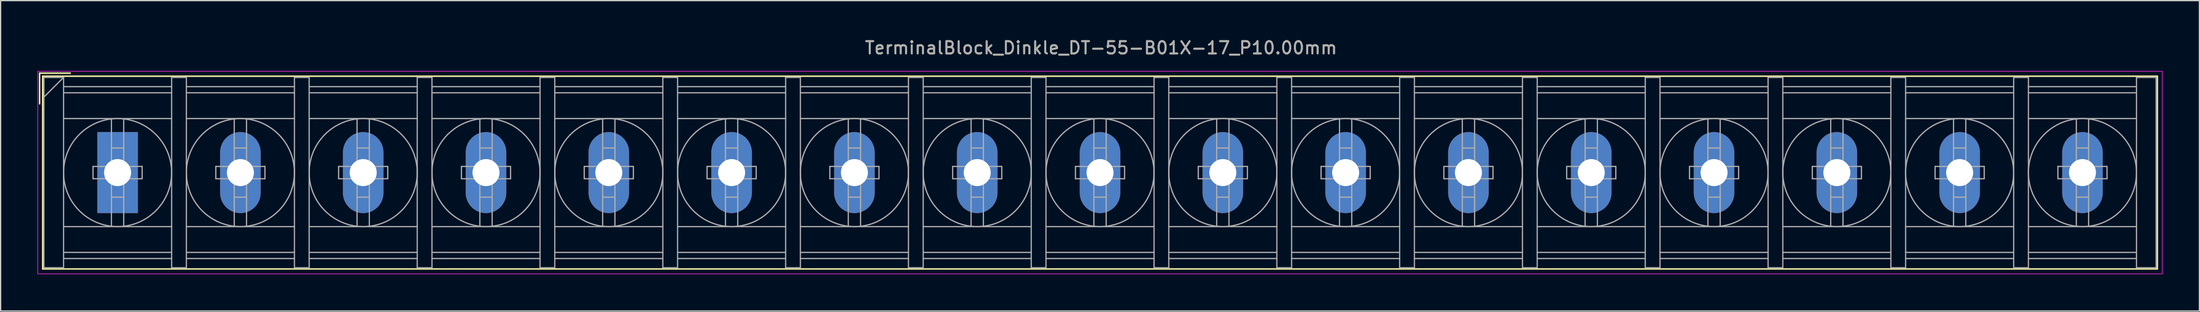
<source format=kicad_pcb>
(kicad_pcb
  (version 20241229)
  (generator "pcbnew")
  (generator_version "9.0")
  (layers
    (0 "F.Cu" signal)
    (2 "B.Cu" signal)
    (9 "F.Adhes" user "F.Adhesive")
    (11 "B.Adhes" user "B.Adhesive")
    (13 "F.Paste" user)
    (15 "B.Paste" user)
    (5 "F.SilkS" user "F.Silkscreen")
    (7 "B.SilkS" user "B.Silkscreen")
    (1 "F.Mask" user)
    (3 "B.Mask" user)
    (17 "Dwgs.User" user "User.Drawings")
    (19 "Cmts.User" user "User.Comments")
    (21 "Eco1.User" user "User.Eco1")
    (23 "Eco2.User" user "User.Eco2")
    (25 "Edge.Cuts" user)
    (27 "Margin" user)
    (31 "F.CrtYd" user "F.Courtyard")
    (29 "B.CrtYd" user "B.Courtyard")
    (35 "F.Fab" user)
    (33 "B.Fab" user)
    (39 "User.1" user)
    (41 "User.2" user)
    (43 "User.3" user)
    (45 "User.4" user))
  (footprint "TerminalBlock_Dinkle_DT-55-B01X-17_P10.00mm"
    (layer "F.Cu")
    (at 6.525 11.008)
    (property "Reference" "TerminalBlock_Dinkle_DT-55-B01X-17_P10.00mm" (at 80.08 -10.16 0) (layer "F.SilkS") (effects (font (size 1 1) (thickness 0.15))))
    (attr through_hole)
    (fp_line (start -6.35 -8.1) (end -3.85 -8.1) (stroke (width 0.12) (type solid)) (layer "F.SilkS"))
    (fp_line (start -6.35 -5.6) (end -6.35 -8.1) (stroke (width 0.12) (type solid)) (layer "F.SilkS"))
    (fp_line (start -6.1 -7.85) (end 166.1 -7.85) (stroke (width 0.12) (type solid)) (layer "F.SilkS"))
    (fp_line (start -6.1 7.85) (end -6.1 -7.85) (stroke (width 0.12) (type solid)) (layer "F.SilkS"))
    (fp_line (start -6.1 7.85) (end 166.1 7.85) (stroke (width 0.12) (type solid)) (layer "F.SilkS"))
    (fp_line (start 166.1 -7.85) (end 166.1 7.85) (stroke (width 0.12) (type solid)) (layer "F.SilkS"))
    (fp_line (start -6.5 -8.25) (end 166.5 -8.25) (stroke (width 0.05) (type solid)) (layer "F.CrtYd"))
    (fp_line (start -6.5 8.25) (end -6.5 -8.25) (stroke (width 0.05) (type solid)) (layer "F.CrtYd"))
    (fp_line (start -6.5 8.25) (end 166.5 8.25) (stroke (width 0.05) (type solid)) (layer "F.CrtYd"))
    (fp_line (start 166.5 -8.25) (end 166.5 8.25) (stroke (width 0.05) (type solid)) (layer "F.CrtYd"))
    (fp_line (start -6 -7.75) (end -6 7.75) (stroke (width 0.1) (type solid)) (layer "F.Fab"))
    (fp_line (start -6 -7.75) (end -4.4 -7.75) (stroke (width 0.1) (type solid)) (layer "F.Fab"))
    (fp_line (start -6 7.75) (end -4.4 7.75) (stroke (width 0.1) (type solid)) (layer "F.Fab"))
    (fp_line (start -4.4 -7.75) (end -6 -6.15) (stroke (width 0.1) (type solid)) (layer "F.Fab"))
    (fp_line (start -4.4 -7.75) (end -4.4 7.75) (stroke (width 0.1) (type solid)) (layer "F.Fab"))
    (fp_line (start -4.4 -7) (end 4.4 -7) (stroke (width 0.1) (type solid)) (layer "F.Fab"))
    (fp_line (start -4.4 -6.5) (end 4.4 -6.5) (stroke (width 0.1) (type solid)) (layer "F.Fab"))
    (fp_line (start -4.4 -4.4) (end 4.4 -4.4) (stroke (width 0.1) (type solid)) (layer "F.Fab"))
    (fp_line (start -4.4 4.4) (end 4.4 4.4) (stroke (width 0.1) (type solid)) (layer "F.Fab"))
    (fp_line (start -4.4 6.5) (end 4.4 6.5) (stroke (width 0.1) (type solid)) (layer "F.Fab"))
    (fp_line (start -4.4 7) (end 4.4 7) (stroke (width 0.1) (type solid)) (layer "F.Fab"))
    (fp_line (start -2 -0.5) (end -2 0.5) (stroke (width 0.1) (type solid)) (layer "F.Fab"))
    (fp_line (start -2 0.5) (end -0.5 0.5) (stroke (width 0.1) (type solid)) (layer "F.Fab"))
    (fp_line (start -0.5 -4.35) (end -0.5 -0.5) (stroke (width 0.1) (type solid)) (layer "F.Fab"))
    (fp_line (start -0.5 -2) (end 0.5 -2) (stroke (width 0.1) (type solid)) (layer "F.Fab"))
    (fp_line (start -0.5 -0.5) (end -2 -0.5) (stroke (width 0.1) (type solid)) (layer "F.Fab"))
    (fp_line (start -0.5 0.5) (end -0.5 4.35) (stroke (width 0.1) (type solid)) (layer "F.Fab"))
    (fp_line (start -0.5 2) (end 0.5 2) (stroke (width 0.1) (type solid)) (layer "F.Fab"))
    (fp_line (start 0.5 -4.35) (end 0.5 -0.5) (stroke (width 0.1) (type solid)) (layer "F.Fab"))
    (fp_line (start 0.5 -0.5) (end 2 -0.5) (stroke (width 0.1) (type solid)) (layer "F.Fab"))
    (fp_line (start 0.5 0.5) (end 0.5 4.35) (stroke (width 0.1) (type solid)) (layer "F.Fab"))
    (fp_line (start 2 -0.5) (end 2 0.5) (stroke (width 0.1) (type solid)) (layer "F.Fab"))
    (fp_line (start 2 0.5) (end 0.5 0.5) (stroke (width 0.1) (type solid)) (layer "F.Fab"))
    (fp_line (start 4.4 -7.75) (end 4.4 7.75) (stroke (width 0.1) (type solid)) (layer "F.Fab"))
    (fp_line (start 4.4 -7.75) (end 5.6 -7.75) (stroke (width 0.1) (type solid)) (layer "F.Fab"))
    (fp_line (start 4.4 7.75) (end 5.6 7.75) (stroke (width 0.1) (type solid)) (layer "F.Fab"))
    (fp_line (start 5.6 -7.75) (end 5.6 7.75) (stroke (width 0.1) (type solid)) (layer "F.Fab"))
    (fp_line (start 5.6 -7) (end 14.4 -7) (stroke (width 0.1) (type solid)) (layer "F.Fab"))
    (fp_line (start 5.6 -6.5) (end 14.4 -6.5) (stroke (width 0.1) (type solid)) (layer "F.Fab"))
    (fp_line (start 5.6 -4.4) (end 14.4 -4.4) (stroke (width 0.1) (type solid)) (layer "F.Fab"))
    (fp_line (start 5.6 4.4) (end 14.4 4.4) (stroke (width 0.1) (type solid)) (layer "F.Fab"))
    (fp_line (start 5.6 6.5) (end 14.4 6.5) (stroke (width 0.1) (type solid)) (layer "F.Fab"))
    (fp_line (start 5.6 7) (end 14.4 7) (stroke (width 0.1) (type solid)) (layer "F.Fab"))
    (fp_line (start 8 -0.5) (end 8 0.5) (stroke (width 0.1) (type solid)) (layer "F.Fab"))
    (fp_line (start 8 0.5) (end 9.5 0.5) (stroke (width 0.1) (type solid)) (layer "F.Fab"))
    (fp_line (start 9.5 -4.35) (end 9.5 -0.5) (stroke (width 0.1) (type solid)) (layer "F.Fab"))
    (fp_line (start 9.5 -2) (end 10.5 -2) (stroke (width 0.1) (type solid)) (layer "F.Fab"))
    (fp_line (start 9.5 -0.5) (end 8 -0.5) (stroke (width 0.1) (type solid)) (layer "F.Fab"))
    (fp_line (start 9.5 0.5) (end 9.5 4.35) (stroke (width 0.1) (type solid)) (layer "F.Fab"))
    (fp_line (start 9.5 2) (end 10.5 2) (stroke (width 0.1) (type solid)) (layer "F.Fab"))
    (fp_line (start 10.5 -4.35) (end 10.5 -0.5) (stroke (width 0.1) (type solid)) (layer "F.Fab"))
    (fp_line (start 10.5 -0.5) (end 12 -0.5) (stroke (width 0.1) (type solid)) (layer "F.Fab"))
    (fp_line (start 10.5 0.5) (end 10.5 4.35) (stroke (width 0.1) (type solid)) (layer "F.Fab"))
    (fp_line (start 12 -0.5) (end 12 0.5) (stroke (width 0.1) (type solid)) (layer "F.Fab"))
    (fp_line (start 12 0.5) (end 10.5 0.5) (stroke (width 0.1) (type solid)) (layer "F.Fab"))
    (fp_line (start 14.4 -7.75) (end 14.4 7.75) (stroke (width 0.1) (type solid)) (layer "F.Fab"))
    (fp_line (start 14.4 -7.75) (end 15.6 -7.75) (stroke (width 0.1) (type solid)) (layer "F.Fab"))
    (fp_line (start 14.4 7.75) (end 15.6 7.75) (stroke (width 0.1) (type solid)) (layer "F.Fab"))
    (fp_line (start 15.6 -7.75) (end 15.6 7.75) (stroke (width 0.1) (type solid)) (layer "F.Fab"))
    (fp_line (start 15.6 -7) (end 24.4 -7) (stroke (width 0.1) (type solid)) (layer "F.Fab"))
    (fp_line (start 15.6 -6.5) (end 24.4 -6.5) (stroke (width 0.1) (type solid)) (layer "F.Fab"))
    (fp_line (start 15.6 -4.4) (end 24.4 -4.4) (stroke (width 0.1) (type solid)) (layer "F.Fab"))
    (fp_line (start 15.6 4.4) (end 24.4 4.4) (stroke (width 0.1) (type solid)) (layer "F.Fab"))
    (fp_line (start 15.6 6.5) (end 24.4 6.5) (stroke (width 0.1) (type solid)) (layer "F.Fab"))
    (fp_line (start 15.6 7) (end 24.4 7) (stroke (width 0.1) (type solid)) (layer "F.Fab"))
    (fp_line (start 18 -0.5) (end 18 0.5) (stroke (width 0.1) (type solid)) (layer "F.Fab"))
    (fp_line (start 18 0.5) (end 19.5 0.5) (stroke (width 0.1) (type solid)) (layer "F.Fab"))
    (fp_line (start 19.5 -4.35) (end 19.5 -0.5) (stroke (width 0.1) (type solid)) (layer "F.Fab"))
    (fp_line (start 19.5 -2) (end 20.5 -2) (stroke (width 0.1) (type solid)) (layer "F.Fab"))
    (fp_line (start 19.5 -0.5) (end 18 -0.5) (stroke (width 0.1) (type solid)) (layer "F.Fab"))
    (fp_line (start 19.5 0.5) (end 19.5 4.35) (stroke (width 0.1) (type solid)) (layer "F.Fab"))
    (fp_line (start 19.5 2) (end 20.5 2) (stroke (width 0.1) (type solid)) (layer "F.Fab"))
    (fp_line (start 20.5 -4.35) (end 20.5 -0.5) (stroke (width 0.1) (type solid)) (layer "F.Fab"))
    (fp_line (start 20.5 -0.5) (end 22 -0.5) (stroke (width 0.1) (type solid)) (layer "F.Fab"))
    (fp_line (start 20.5 0.5) (end 20.5 4.35) (stroke (width 0.1) (type solid)) (layer "F.Fab"))
    (fp_line (start 22 -0.5) (end 22 0.5) (stroke (width 0.1) (type solid)) (layer "F.Fab"))
    (fp_line (start 22 0.5) (end 20.5 0.5) (stroke (width 0.1) (type solid)) (layer "F.Fab"))
    (fp_line (start 24.4 -7.75) (end 24.4 7.75) (stroke (width 0.1) (type solid)) (layer "F.Fab"))
    (fp_line (start 24.4 -7.75) (end 25.6 -7.75) (stroke (width 0.1) (type solid)) (layer "F.Fab"))
    (fp_line (start 24.4 7.75) (end 25.6 7.75) (stroke (width 0.1) (type solid)) (layer "F.Fab"))
    (fp_line (start 25.6 -7.75) (end 25.6 7.75) (stroke (width 0.1) (type solid)) (layer "F.Fab"))
    (fp_line (start 25.6 -7) (end 34.4 -7) (stroke (width 0.1) (type solid)) (layer "F.Fab"))
    (fp_line (start 25.6 -6.5) (end 34.4 -6.5) (stroke (width 0.1) (type solid)) (layer "F.Fab"))
    (fp_line (start 25.6 -4.4) (end 34.4 -4.4) (stroke (width 0.1) (type solid)) (layer "F.Fab"))
    (fp_line (start 25.6 4.4) (end 34.4 4.4) (stroke (width 0.1) (type solid)) (layer "F.Fab"))
    (fp_line (start 25.6 6.5) (end 34.4 6.5) (stroke (width 0.1) (type solid)) (layer "F.Fab"))
    (fp_line (start 25.6 7) (end 34.4 7) (stroke (width 0.1) (type solid)) (layer "F.Fab"))
    (fp_line (start 28 -0.5) (end 28 0.5) (stroke (width 0.1) (type solid)) (layer "F.Fab"))
    (fp_line (start 28 0.5) (end 29.5 0.5) (stroke (width 0.1) (type solid)) (layer "F.Fab"))
    (fp_line (start 29.5 -4.35) (end 29.5 -0.5) (stroke (width 0.1) (type solid)) (layer "F.Fab"))
    (fp_line (start 29.5 -2) (end 30.5 -2) (stroke (width 0.1) (type solid)) (layer "F.Fab"))
    (fp_line (start 29.5 -0.5) (end 28 -0.5) (stroke (width 0.1) (type solid)) (layer "F.Fab"))
    (fp_line (start 29.5 0.5) (end 29.5 4.35) (stroke (width 0.1) (type solid)) (layer "F.Fab"))
    (fp_line (start 29.5 2) (end 30.5 2) (stroke (width 0.1) (type solid)) (layer "F.Fab"))
    (fp_line (start 30.5 -4.35) (end 30.5 -0.5) (stroke (width 0.1) (type solid)) (layer "F.Fab"))
    (fp_line (start 30.5 -0.5) (end 32 -0.5) (stroke (width 0.1) (type solid)) (layer "F.Fab"))
    (fp_line (start 30.5 0.5) (end 30.5 4.35) (stroke (width 0.1) (type solid)) (layer "F.Fab"))
    (fp_line (start 32 -0.5) (end 32 0.5) (stroke (width 0.1) (type solid)) (layer "F.Fab"))
    (fp_line (start 32 0.5) (end 30.5 0.5) (stroke (width 0.1) (type solid)) (layer "F.Fab"))
    (fp_line (start 34.4 -7.75) (end 34.4 7.75) (stroke (width 0.1) (type solid)) (layer "F.Fab"))
    (fp_line (start 34.4 -7.75) (end 35.6 -7.75) (stroke (width 0.1) (type solid)) (layer "F.Fab"))
    (fp_line (start 34.4 7.75) (end 35.6 7.75) (stroke (width 0.1) (type solid)) (layer "F.Fab"))
    (fp_line (start 35.6 -7.75) (end 35.6 7.75) (stroke (width 0.1) (type solid)) (layer "F.Fab"))
    (fp_line (start 35.6 -7) (end 44.4 -7) (stroke (width 0.1) (type solid)) (layer "F.Fab"))
    (fp_line (start 35.6 -6.5) (end 44.4 -6.5) (stroke (width 0.1) (type solid)) (layer "F.Fab"))
    (fp_line (start 35.6 -4.4) (end 44.4 -4.4) (stroke (width 0.1) (type solid)) (layer "F.Fab"))
    (fp_line (start 35.6 4.4) (end 44.4 4.4) (stroke (width 0.1) (type solid)) (layer "F.Fab"))
    (fp_line (start 35.6 6.5) (end 44.4 6.5) (stroke (width 0.1) (type solid)) (layer "F.Fab"))
    (fp_line (start 35.6 7) (end 44.4 7) (stroke (width 0.1) (type solid)) (layer "F.Fab"))
    (fp_line (start 38 -0.5) (end 38 0.5) (stroke (width 0.1) (type solid)) (layer "F.Fab"))
    (fp_line (start 38 0.5) (end 39.5 0.5) (stroke (width 0.1) (type solid)) (layer "F.Fab"))
    (fp_line (start 39.5 -4.35) (end 39.5 -0.5) (stroke (width 0.1) (type solid)) (layer "F.Fab"))
    (fp_line (start 39.5 -2) (end 40.5 -2) (stroke (width 0.1) (type solid)) (layer "F.Fab"))
    (fp_line (start 39.5 -0.5) (end 38 -0.5) (stroke (width 0.1) (type solid)) (layer "F.Fab"))
    (fp_line (start 39.5 0.5) (end 39.5 4.35) (stroke (width 0.1) (type solid)) (layer "F.Fab"))
    (fp_line (start 39.5 2) (end 40.5 2) (stroke (width 0.1) (type solid)) (layer "F.Fab"))
    (fp_line (start 40.5 -4.35) (end 40.5 -0.5) (stroke (width 0.1) (type solid)) (layer "F.Fab"))
    (fp_line (start 40.5 -0.5) (end 42 -0.5) (stroke (width 0.1) (type solid)) (layer "F.Fab"))
    (fp_line (start 40.5 0.5) (end 40.5 4.35) (stroke (width 0.1) (type solid)) (layer "F.Fab"))
    (fp_line (start 42 -0.5) (end 42 0.5) (stroke (width 0.1) (type solid)) (layer "F.Fab"))
    (fp_line (start 42 0.5) (end 40.5 0.5) (stroke (width 0.1) (type solid)) (layer "F.Fab"))
    (fp_line (start 44.4 -7.75) (end 44.4 7.75) (stroke (width 0.1) (type solid)) (layer "F.Fab"))
    (fp_line (start 44.4 -7.75) (end 45.6 -7.75) (stroke (width 0.1) (type solid)) (layer "F.Fab"))
    (fp_line (start 44.4 7.75) (end 45.6 7.75) (stroke (width 0.1) (type solid)) (layer "F.Fab"))
    (fp_line (start 45.6 -7.75) (end 45.6 7.75) (stroke (width 0.1) (type solid)) (layer "F.Fab"))
    (fp_line (start 45.6 -7) (end 54.4 -7) (stroke (width 0.1) (type solid)) (layer "F.Fab"))
    (fp_line (start 45.6 -6.5) (end 54.4 -6.5) (stroke (width 0.1) (type solid)) (layer "F.Fab"))
    (fp_line (start 45.6 -4.4) (end 54.4 -4.4) (stroke (width 0.1) (type solid)) (layer "F.Fab"))
    (fp_line (start 45.6 4.4) (end 54.4 4.4) (stroke (width 0.1) (type solid)) (layer "F.Fab"))
    (fp_line (start 45.6 6.5) (end 54.4 6.5) (stroke (width 0.1) (type solid)) (layer "F.Fab"))
    (fp_line (start 45.6 7) (end 54.4 7) (stroke (width 0.1) (type solid)) (layer "F.Fab"))
    (fp_line (start 48 -0.5) (end 48 0.5) (stroke (width 0.1) (type solid)) (layer "F.Fab"))
    (fp_line (start 48 0.5) (end 49.5 0.5) (stroke (width 0.1) (type solid)) (layer "F.Fab"))
    (fp_line (start 49.5 -4.35) (end 49.5 -0.5) (stroke (width 0.1) (type solid)) (layer "F.Fab"))
    (fp_line (start 49.5 -2) (end 50.5 -2) (stroke (width 0.1) (type solid)) (layer "F.Fab"))
    (fp_line (start 49.5 -0.5) (end 48 -0.5) (stroke (width 0.1) (type solid)) (layer "F.Fab"))
    (fp_line (start 49.5 0.5) (end 49.5 4.35) (stroke (width 0.1) (type solid)) (layer "F.Fab"))
    (fp_line (start 49.5 2) (end 50.5 2) (stroke (width 0.1) (type solid)) (layer "F.Fab"))
    (fp_line (start 50.5 -4.35) (end 50.5 -0.5) (stroke (width 0.1) (type solid)) (layer "F.Fab"))
    (fp_line (start 50.5 -0.5) (end 52 -0.5) (stroke (width 0.1) (type solid)) (layer "F.Fab"))
    (fp_line (start 50.5 0.5) (end 50.5 4.35) (stroke (width 0.1) (type solid)) (layer "F.Fab"))
    (fp_line (start 52 -0.5) (end 52 0.5) (stroke (width 0.1) (type solid)) (layer "F.Fab"))
    (fp_line (start 52 0.5) (end 50.5 0.5) (stroke (width 0.1) (type solid)) (layer "F.Fab"))
    (fp_line (start 54.4 -7.75) (end 54.4 7.75) (stroke (width 0.1) (type solid)) (layer "F.Fab"))
    (fp_line (start 54.4 -7.75) (end 55.6 -7.75) (stroke (width 0.1) (type solid)) (layer "F.Fab"))
    (fp_line (start 54.4 7.75) (end 55.6 7.75) (stroke (width 0.1) (type solid)) (layer "F.Fab"))
    (fp_line (start 55.6 -7.75) (end 55.6 7.75) (stroke (width 0.1) (type solid)) (layer "F.Fab"))
    (fp_line (start 55.6 -7) (end 64.4 -7) (stroke (width 0.1) (type solid)) (layer "F.Fab"))
    (fp_line (start 55.6 -6.5) (end 64.4 -6.5) (stroke (width 0.1) (type solid)) (layer "F.Fab"))
    (fp_line (start 55.6 -4.4) (end 64.4 -4.4) (stroke (width 0.1) (type solid)) (layer "F.Fab"))
    (fp_line (start 55.6 4.4) (end 64.4 4.4) (stroke (width 0.1) (type solid)) (layer "F.Fab"))
    (fp_line (start 55.6 6.5) (end 64.4 6.5) (stroke (width 0.1) (type solid)) (layer "F.Fab"))
    (fp_line (start 55.6 7) (end 64.4 7) (stroke (width 0.1) (type solid)) (layer "F.Fab"))
    (fp_line (start 58 -0.5) (end 58 0.5) (stroke (width 0.1) (type solid)) (layer "F.Fab"))
    (fp_line (start 58 0.5) (end 59.5 0.5) (stroke (width 0.1) (type solid)) (layer "F.Fab"))
    (fp_line (start 59.5 -4.35) (end 59.5 -0.5) (stroke (width 0.1) (type solid)) (layer "F.Fab"))
    (fp_line (start 59.5 -2) (end 60.5 -2) (stroke (width 0.1) (type solid)) (layer "F.Fab"))
    (fp_line (start 59.5 -0.5) (end 58 -0.5) (stroke (width 0.1) (type solid)) (layer "F.Fab"))
    (fp_line (start 59.5 0.5) (end 59.5 4.35) (stroke (width 0.1) (type solid)) (layer "F.Fab"))
    (fp_line (start 59.5 2) (end 60.5 2) (stroke (width 0.1) (type solid)) (layer "F.Fab"))
    (fp_line (start 60.5 -4.35) (end 60.5 -0.5) (stroke (width 0.1) (type solid)) (layer "F.Fab"))
    (fp_line (start 60.5 -0.5) (end 62 -0.5) (stroke (width 0.1) (type solid)) (layer "F.Fab"))
    (fp_line (start 60.5 0.5) (end 60.5 4.35) (stroke (width 0.1) (type solid)) (layer "F.Fab"))
    (fp_line (start 62 -0.5) (end 62 0.5) (stroke (width 0.1) (type solid)) (layer "F.Fab"))
    (fp_line (start 62 0.5) (end 60.5 0.5) (stroke (width 0.1) (type solid)) (layer "F.Fab"))
    (fp_line (start 64.4 -7.75) (end 64.4 7.75) (stroke (width 0.1) (type solid)) (layer "F.Fab"))
    (fp_line (start 64.4 -7.75) (end 65.6 -7.75) (stroke (width 0.1) (type solid)) (layer "F.Fab"))
    (fp_line (start 64.4 7.75) (end 65.6 7.75) (stroke (width 0.1) (type solid)) (layer "F.Fab"))
    (fp_line (start 65.6 -7.75) (end 65.6 7.75) (stroke (width 0.1) (type solid)) (layer "F.Fab"))
    (fp_line (start 65.6 -7) (end 74.4 -7) (stroke (width 0.1) (type solid)) (layer "F.Fab"))
    (fp_line (start 65.6 -6.5) (end 74.4 -6.5) (stroke (width 0.1) (type solid)) (layer "F.Fab"))
    (fp_line (start 65.6 -4.4) (end 74.4 -4.4) (stroke (width 0.1) (type solid)) (layer "F.Fab"))
    (fp_line (start 65.6 4.4) (end 74.4 4.4) (stroke (width 0.1) (type solid)) (layer "F.Fab"))
    (fp_line (start 65.6 6.5) (end 74.4 6.5) (stroke (width 0.1) (type solid)) (layer "F.Fab"))
    (fp_line (start 65.6 7) (end 74.4 7) (stroke (width 0.1) (type solid)) (layer "F.Fab"))
    (fp_line (start 68 -0.5) (end 68 0.5) (stroke (width 0.1) (type solid)) (layer "F.Fab"))
    (fp_line (start 68 0.5) (end 69.5 0.5) (stroke (width 0.1) (type solid)) (layer "F.Fab"))
    (fp_line (start 69.5 -4.35) (end 69.5 -0.5) (stroke (width 0.1) (type solid)) (layer "F.Fab"))
    (fp_line (start 69.5 -2) (end 70.5 -2) (stroke (width 0.1) (type solid)) (layer "F.Fab"))
    (fp_line (start 69.5 -0.5) (end 68 -0.5) (stroke (width 0.1) (type solid)) (layer "F.Fab"))
    (fp_line (start 69.5 0.5) (end 69.5 4.35) (stroke (width 0.1) (type solid)) (layer "F.Fab"))
    (fp_line (start 69.5 2) (end 70.5 2) (stroke (width 0.1) (type solid)) (layer "F.Fab"))
    (fp_line (start 70.5 -4.35) (end 70.5 -0.5) (stroke (width 0.1) (type solid)) (layer "F.Fab"))
    (fp_line (start 70.5 -0.5) (end 72 -0.5) (stroke (width 0.1) (type solid)) (layer "F.Fab"))
    (fp_line (start 70.5 0.5) (end 70.5 4.35) (stroke (width 0.1) (type solid)) (layer "F.Fab"))
    (fp_line (start 72 -0.5) (end 72 0.5) (stroke (width 0.1) (type solid)) (layer "F.Fab"))
    (fp_line (start 72 0.5) (end 70.5 0.5) (stroke (width 0.1) (type solid)) (layer "F.Fab"))
    (fp_line (start 74.4 -7.75) (end 74.4 7.75) (stroke (width 0.1) (type solid)) (layer "F.Fab"))
    (fp_line (start 74.4 -7.75) (end 75.6 -7.75) (stroke (width 0.1) (type solid)) (layer "F.Fab"))
    (fp_line (start 74.4 7.75) (end 75.6 7.75) (stroke (width 0.1) (type solid)) (layer "F.Fab"))
    (fp_line (start 75.6 -7.75) (end 75.6 7.75) (stroke (width 0.1) (type solid)) (layer "F.Fab"))
    (fp_line (start 75.6 -7) (end 84.4 -7) (stroke (width 0.1) (type solid)) (layer "F.Fab"))
    (fp_line (start 75.6 -6.5) (end 84.4 -6.5) (stroke (width 0.1) (type solid)) (layer "F.Fab"))
    (fp_line (start 75.6 -4.4) (end 84.4 -4.4) (stroke (width 0.1) (type solid)) (layer "F.Fab"))
    (fp_line (start 75.6 4.4) (end 84.4 4.4) (stroke (width 0.1) (type solid)) (layer "F.Fab"))
    (fp_line (start 75.6 6.5) (end 84.4 6.5) (stroke (width 0.1) (type solid)) (layer "F.Fab"))
    (fp_line (start 75.6 7) (end 84.4 7) (stroke (width 0.1) (type solid)) (layer "F.Fab"))
    (fp_line (start 78 -0.5) (end 78 0.5) (stroke (width 0.1) (type solid)) (layer "F.Fab"))
    (fp_line (start 78 0.5) (end 79.5 0.5) (stroke (width 0.1) (type solid)) (layer "F.Fab"))
    (fp_line (start 79.5 -4.35) (end 79.5 -0.5) (stroke (width 0.1) (type solid)) (layer "F.Fab"))
    (fp_line (start 79.5 -2) (end 80.5 -2) (stroke (width 0.1) (type solid)) (layer "F.Fab"))
    (fp_line (start 79.5 -0.5) (end 78 -0.5) (stroke (width 0.1) (type solid)) (layer "F.Fab"))
    (fp_line (start 79.5 0.5) (end 79.5 4.35) (stroke (width 0.1) (type solid)) (layer "F.Fab"))
    (fp_line (start 79.5 2) (end 80.5 2) (stroke (width 0.1) (type solid)) (layer "F.Fab"))
    (fp_line (start 80.5 -4.35) (end 80.5 -0.5) (stroke (width 0.1) (type solid)) (layer "F.Fab"))
    (fp_line (start 80.5 -0.5) (end 82 -0.5) (stroke (width 0.1) (type solid)) (layer "F.Fab"))
    (fp_line (start 80.5 0.5) (end 80.5 4.35) (stroke (width 0.1) (type solid)) (layer "F.Fab"))
    (fp_line (start 82 -0.5) (end 82 0.5) (stroke (width 0.1) (type solid)) (layer "F.Fab"))
    (fp_line (start 82 0.5) (end 80.5 0.5) (stroke (width 0.1) (type solid)) (layer "F.Fab"))
    (fp_line (start 84.4 -7.75) (end 84.4 7.75) (stroke (width 0.1) (type solid)) (layer "F.Fab"))
    (fp_line (start 84.4 -7.75) (end 85.6 -7.75) (stroke (width 0.1) (type solid)) (layer "F.Fab"))
    (fp_line (start 84.4 7.75) (end 85.6 7.75) (stroke (width 0.1) (type solid)) (layer "F.Fab"))
    (fp_line (start 85.6 -7.75) (end 85.6 7.75) (stroke (width 0.1) (type solid)) (layer "F.Fab"))
    (fp_line (start 85.6 -7) (end 94.4 -7) (stroke (width 0.1) (type solid)) (layer "F.Fab"))
    (fp_line (start 85.6 -6.5) (end 94.4 -6.5) (stroke (width 0.1) (type solid)) (layer "F.Fab"))
    (fp_line (start 85.6 -4.4) (end 94.4 -4.4) (stroke (width 0.1) (type solid)) (layer "F.Fab"))
    (fp_line (start 85.6 4.4) (end 94.4 4.4) (stroke (width 0.1) (type solid)) (layer "F.Fab"))
    (fp_line (start 85.6 6.5) (end 94.4 6.5) (stroke (width 0.1) (type solid)) (layer "F.Fab"))
    (fp_line (start 85.6 7) (end 94.4 7) (stroke (width 0.1) (type solid)) (layer "F.Fab"))
    (fp_line (start 88 -0.5) (end 88 0.5) (stroke (width 0.1) (type solid)) (layer "F.Fab"))
    (fp_line (start 88 0.5) (end 89.5 0.5) (stroke (width 0.1) (type solid)) (layer "F.Fab"))
    (fp_line (start 89.5 -4.35) (end 89.5 -0.5) (stroke (width 0.1) (type solid)) (layer "F.Fab"))
    (fp_line (start 89.5 -2) (end 90.5 -2) (stroke (width 0.1) (type solid)) (layer "F.Fab"))
    (fp_line (start 89.5 -0.5) (end 88 -0.5) (stroke (width 0.1) (type solid)) (layer "F.Fab"))
    (fp_line (start 89.5 0.5) (end 89.5 4.35) (stroke (width 0.1) (type solid)) (layer "F.Fab"))
    (fp_line (start 89.5 2) (end 90.5 2) (stroke (width 0.1) (type solid)) (layer "F.Fab"))
    (fp_line (start 90.5 -4.35) (end 90.5 -0.5) (stroke (width 0.1) (type solid)) (layer "F.Fab"))
    (fp_line (start 90.5 -0.5) (end 92 -0.5) (stroke (width 0.1) (type solid)) (layer "F.Fab"))
    (fp_line (start 90.5 0.5) (end 90.5 4.35) (stroke (width 0.1) (type solid)) (layer "F.Fab"))
    (fp_line (start 92 -0.5) (end 92 0.5) (stroke (width 0.1) (type solid)) (layer "F.Fab"))
    (fp_line (start 92 0.5) (end 90.5 0.5) (stroke (width 0.1) (type solid)) (layer "F.Fab"))
    (fp_line (start 94.4 -7.75) (end 94.4 7.75) (stroke (width 0.1) (type solid)) (layer "F.Fab"))
    (fp_line (start 94.4 -7.75) (end 95.6 -7.75) (stroke (width 0.1) (type solid)) (layer "F.Fab"))
    (fp_line (start 94.4 7.75) (end 95.6 7.75) (stroke (width 0.1) (type solid)) (layer "F.Fab"))
    (fp_line (start 95.6 -7.75) (end 95.6 7.75) (stroke (width 0.1) (type solid)) (layer "F.Fab"))
    (fp_line (start 95.6 -7) (end 104.4 -7) (stroke (width 0.1) (type solid)) (layer "F.Fab"))
    (fp_line (start 95.6 -6.5) (end 104.4 -6.5) (stroke (width 0.1) (type solid)) (layer "F.Fab"))
    (fp_line (start 95.6 -4.4) (end 104.4 -4.4) (stroke (width 0.1) (type solid)) (layer "F.Fab"))
    (fp_line (start 95.6 4.4) (end 104.4 4.4) (stroke (width 0.1) (type solid)) (layer "F.Fab"))
    (fp_line (start 95.6 6.5) (end 104.4 6.5) (stroke (width 0.1) (type solid)) (layer "F.Fab"))
    (fp_line (start 95.6 7) (end 104.4 7) (stroke (width 0.1) (type solid)) (layer "F.Fab"))
    (fp_line (start 98 -0.5) (end 98 0.5) (stroke (width 0.1) (type solid)) (layer "F.Fab"))
    (fp_line (start 98 0.5) (end 99.5 0.5) (stroke (width 0.1) (type solid)) (layer "F.Fab"))
    (fp_line (start 99.5 -4.35) (end 99.5 -0.5) (stroke (width 0.1) (type solid)) (layer "F.Fab"))
    (fp_line (start 99.5 -2) (end 100.5 -2) (stroke (width 0.1) (type solid)) (layer "F.Fab"))
    (fp_line (start 99.5 -0.5) (end 98 -0.5) (stroke (width 0.1) (type solid)) (layer "F.Fab"))
    (fp_line (start 99.5 0.5) (end 99.5 4.35) (stroke (width 0.1) (type solid)) (layer "F.Fab"))
    (fp_line (start 99.5 2) (end 100.5 2) (stroke (width 0.1) (type solid)) (layer "F.Fab"))
    (fp_line (start 100.5 -4.35) (end 100.5 -0.5) (stroke (width 0.1) (type solid)) (layer "F.Fab"))
    (fp_line (start 100.5 -0.5) (end 102 -0.5) (stroke (width 0.1) (type solid)) (layer "F.Fab"))
    (fp_line (start 100.5 0.5) (end 100.5 4.35) (stroke (width 0.1) (type solid)) (layer "F.Fab"))
    (fp_line (start 102 -0.5) (end 102 0.5) (stroke (width 0.1) (type solid)) (layer "F.Fab"))
    (fp_line (start 102 0.5) (end 100.5 0.5) (stroke (width 0.1) (type solid)) (layer "F.Fab"))
    (fp_line (start 104.4 -7.75) (end 104.4 7.75) (stroke (width 0.1) (type solid)) (layer "F.Fab"))
    (fp_line (start 104.4 -7.75) (end 105.6 -7.75) (stroke (width 0.1) (type solid)) (layer "F.Fab"))
    (fp_line (start 104.4 7.75) (end 105.6 7.75) (stroke (width 0.1) (type solid)) (layer "F.Fab"))
    (fp_line (start 105.6 -7.75) (end 105.6 7.75) (stroke (width 0.1) (type solid)) (layer "F.Fab"))
    (fp_line (start 105.6 -7) (end 114.4 -7) (stroke (width 0.1) (type solid)) (layer "F.Fab"))
    (fp_line (start 105.6 -6.5) (end 114.4 -6.5) (stroke (width 0.1) (type solid)) (layer "F.Fab"))
    (fp_line (start 105.6 -4.4) (end 114.4 -4.4) (stroke (width 0.1) (type solid)) (layer "F.Fab"))
    (fp_line (start 105.6 4.4) (end 114.4 4.4) (stroke (width 0.1) (type solid)) (layer "F.Fab"))
    (fp_line (start 105.6 6.5) (end 114.4 6.5) (stroke (width 0.1) (type solid)) (layer "F.Fab"))
    (fp_line (start 105.6 7) (end 114.4 7) (stroke (width 0.1) (type solid)) (layer "F.Fab"))
    (fp_line (start 108 -0.5) (end 108 0.5) (stroke (width 0.1) (type solid)) (layer "F.Fab"))
    (fp_line (start 108 0.5) (end 109.5 0.5) (stroke (width 0.1) (type solid)) (layer "F.Fab"))
    (fp_line (start 109.5 -4.35) (end 109.5 -0.5) (stroke (width 0.1) (type solid)) (layer "F.Fab"))
    (fp_line (start 109.5 -2) (end 110.5 -2) (stroke (width 0.1) (type solid)) (layer "F.Fab"))
    (fp_line (start 109.5 -0.5) (end 108 -0.5) (stroke (width 0.1) (type solid)) (layer "F.Fab"))
    (fp_line (start 109.5 0.5) (end 109.5 4.35) (stroke (width 0.1) (type solid)) (layer "F.Fab"))
    (fp_line (start 109.5 2) (end 110.5 2) (stroke (width 0.1) (type solid)) (layer "F.Fab"))
    (fp_line (start 110.5 -4.35) (end 110.5 -0.5) (stroke (width 0.1) (type solid)) (layer "F.Fab"))
    (fp_line (start 110.5 -0.5) (end 112 -0.5) (stroke (width 0.1) (type solid)) (layer "F.Fab"))
    (fp_line (start 110.5 0.5) (end 110.5 4.35) (stroke (width 0.1) (type solid)) (layer "F.Fab"))
    (fp_line (start 112 -0.5) (end 112 0.5) (stroke (width 0.1) (type solid)) (layer "F.Fab"))
    (fp_line (start 112 0.5) (end 110.5 0.5) (stroke (width 0.1) (type solid)) (layer "F.Fab"))
    (fp_line (start 114.4 -7.75) (end 114.4 7.75) (stroke (width 0.1) (type solid)) (layer "F.Fab"))
    (fp_line (start 114.4 -7.75) (end 115.6 -7.75) (stroke (width 0.1) (type solid)) (layer "F.Fab"))
    (fp_line (start 114.4 7.75) (end 115.6 7.75) (stroke (width 0.1) (type solid)) (layer "F.Fab"))
    (fp_line (start 115.6 -7.75) (end 115.6 7.75) (stroke (width 0.1) (type solid)) (layer "F.Fab"))
    (fp_line (start 115.6 -7) (end 124.4 -7) (stroke (width 0.1) (type solid)) (layer "F.Fab"))
    (fp_line (start 115.6 -6.5) (end 124.4 -6.5) (stroke (width 0.1) (type solid)) (layer "F.Fab"))
    (fp_line (start 115.6 -4.4) (end 124.4 -4.4) (stroke (width 0.1) (type solid)) (layer "F.Fab"))
    (fp_line (start 115.6 4.4) (end 124.4 4.4) (stroke (width 0.1) (type solid)) (layer "F.Fab"))
    (fp_line (start 115.6 6.5) (end 124.4 6.5) (stroke (width 0.1) (type solid)) (layer "F.Fab"))
    (fp_line (start 115.6 7) (end 124.4 7) (stroke (width 0.1) (type solid)) (layer "F.Fab"))
    (fp_line (start 118 -0.5) (end 118 0.5) (stroke (width 0.1) (type solid)) (layer "F.Fab"))
    (fp_line (start 118 0.5) (end 119.5 0.5) (stroke (width 0.1) (type solid)) (layer "F.Fab"))
    (fp_line (start 119.5 -4.35) (end 119.5 -0.5) (stroke (width 0.1) (type solid)) (layer "F.Fab"))
    (fp_line (start 119.5 -2) (end 120.5 -2) (stroke (width 0.1) (type solid)) (layer "F.Fab"))
    (fp_line (start 119.5 -0.5) (end 118 -0.5) (stroke (width 0.1) (type solid)) (layer "F.Fab"))
    (fp_line (start 119.5 0.5) (end 119.5 4.35) (stroke (width 0.1) (type solid)) (layer "F.Fab"))
    (fp_line (start 119.5 2) (end 120.5 2) (stroke (width 0.1) (type solid)) (layer "F.Fab"))
    (fp_line (start 120.5 -4.35) (end 120.5 -0.5) (stroke (width 0.1) (type solid)) (layer "F.Fab"))
    (fp_line (start 120.5 -0.5) (end 122 -0.5) (stroke (width 0.1) (type solid)) (layer "F.Fab"))
    (fp_line (start 120.5 0.5) (end 120.5 4.35) (stroke (width 0.1) (type solid)) (layer "F.Fab"))
    (fp_line (start 122 -0.5) (end 122 0.5) (stroke (width 0.1) (type solid)) (layer "F.Fab"))
    (fp_line (start 122 0.5) (end 120.5 0.5) (stroke (width 0.1) (type solid)) (layer "F.Fab"))
    (fp_line (start 124.4 -7.75) (end 124.4 7.75) (stroke (width 0.1) (type solid)) (layer "F.Fab"))
    (fp_line (start 124.4 -7.75) (end 125.6 -7.75) (stroke (width 0.1) (type solid)) (layer "F.Fab"))
    (fp_line (start 124.4 7.75) (end 125.6 7.75) (stroke (width 0.1) (type solid)) (layer "F.Fab"))
    (fp_line (start 125.6 -7.75) (end 125.6 7.75) (stroke (width 0.1) (type solid)) (layer "F.Fab"))
    (fp_line (start 125.6 -7) (end 134.4 -7) (stroke (width 0.1) (type solid)) (layer "F.Fab"))
    (fp_line (start 125.6 -6.5) (end 134.4 -6.5) (stroke (width 0.1) (type solid)) (layer "F.Fab"))
    (fp_line (start 125.6 -4.4) (end 134.4 -4.4) (stroke (width 0.1) (type solid)) (layer "F.Fab"))
    (fp_line (start 125.6 4.4) (end 134.4 4.4) (stroke (width 0.1) (type solid)) (layer "F.Fab"))
    (fp_line (start 125.6 6.5) (end 134.4 6.5) (stroke (width 0.1) (type solid)) (layer "F.Fab"))
    (fp_line (start 125.6 7) (end 134.4 7) (stroke (width 0.1) (type solid)) (layer "F.Fab"))
    (fp_line (start 128 -0.5) (end 128 0.5) (stroke (width 0.1) (type solid)) (layer "F.Fab"))
    (fp_line (start 128 0.5) (end 129.5 0.5) (stroke (width 0.1) (type solid)) (layer "F.Fab"))
    (fp_line (start 129.5 -4.35) (end 129.5 -0.5) (stroke (width 0.1) (type solid)) (layer "F.Fab"))
    (fp_line (start 129.5 -2) (end 130.5 -2) (stroke (width 0.1) (type solid)) (layer "F.Fab"))
    (fp_line (start 129.5 -0.5) (end 128 -0.5) (stroke (width 0.1) (type solid)) (layer "F.Fab"))
    (fp_line (start 129.5 0.5) (end 129.5 4.35) (stroke (width 0.1) (type solid)) (layer "F.Fab"))
    (fp_line (start 129.5 2) (end 130.5 2) (stroke (width 0.1) (type solid)) (layer "F.Fab"))
    (fp_line (start 130.5 -4.35) (end 130.5 -0.5) (stroke (width 0.1) (type solid)) (layer "F.Fab"))
    (fp_line (start 130.5 -0.5) (end 132 -0.5) (stroke (width 0.1) (type solid)) (layer "F.Fab"))
    (fp_line (start 130.5 0.5) (end 130.5 4.35) (stroke (width 0.1) (type solid)) (layer "F.Fab"))
    (fp_line (start 132 -0.5) (end 132 0.5) (stroke (width 0.1) (type solid)) (layer "F.Fab"))
    (fp_line (start 132 0.5) (end 130.5 0.5) (stroke (width 0.1) (type solid)) (layer "F.Fab"))
    (fp_line (start 134.4 -7.75) (end 134.4 7.75) (stroke (width 0.1) (type solid)) (layer "F.Fab"))
    (fp_line (start 134.4 -7.75) (end 135.6 -7.75) (stroke (width 0.1) (type solid)) (layer "F.Fab"))
    (fp_line (start 134.4 7.75) (end 135.6 7.75) (stroke (width 0.1) (type solid)) (layer "F.Fab"))
    (fp_line (start 135.6 -7.75) (end 135.6 7.75) (stroke (width 0.1) (type solid)) (layer "F.Fab"))
    (fp_line (start 135.6 -7) (end 144.4 -7) (stroke (width 0.1) (type solid)) (layer "F.Fab"))
    (fp_line (start 135.6 -6.5) (end 144.4 -6.5) (stroke (width 0.1) (type solid)) (layer "F.Fab"))
    (fp_line (start 135.6 -4.4) (end 144.4 -4.4) (stroke (width 0.1) (type solid)) (layer "F.Fab"))
    (fp_line (start 135.6 4.4) (end 144.4 4.4) (stroke (width 0.1) (type solid)) (layer "F.Fab"))
    (fp_line (start 135.6 6.5) (end 144.4 6.5) (stroke (width 0.1) (type solid)) (layer "F.Fab"))
    (fp_line (start 135.6 7) (end 144.4 7) (stroke (width 0.1) (type solid)) (layer "F.Fab"))
    (fp_line (start 138 -0.5) (end 138 0.5) (stroke (width 0.1) (type solid)) (layer "F.Fab"))
    (fp_line (start 138 0.5) (end 139.5 0.5) (stroke (width 0.1) (type solid)) (layer "F.Fab"))
    (fp_line (start 139.5 -4.35) (end 139.5 -0.5) (stroke (width 0.1) (type solid)) (layer "F.Fab"))
    (fp_line (start 139.5 -2) (end 140.5 -2) (stroke (width 0.1) (type solid)) (layer "F.Fab"))
    (fp_line (start 139.5 -0.5) (end 138 -0.5) (stroke (width 0.1) (type solid)) (layer "F.Fab"))
    (fp_line (start 139.5 0.5) (end 139.5 4.35) (stroke (width 0.1) (type solid)) (layer "F.Fab"))
    (fp_line (start 139.5 2) (end 140.5 2) (stroke (width 0.1) (type solid)) (layer "F.Fab"))
    (fp_line (start 140.5 -4.35) (end 140.5 -0.5) (stroke (width 0.1) (type solid)) (layer "F.Fab"))
    (fp_line (start 140.5 -0.5) (end 142 -0.5) (stroke (width 0.1) (type solid)) (layer "F.Fab"))
    (fp_line (start 140.5 0.5) (end 140.5 4.35) (stroke (width 0.1) (type solid)) (layer "F.Fab"))
    (fp_line (start 142 -0.5) (end 142 0.5) (stroke (width 0.1) (type solid)) (layer "F.Fab"))
    (fp_line (start 142 0.5) (end 140.5 0.5) (stroke (width 0.1) (type solid)) (layer "F.Fab"))
    (fp_line (start 144.4 -7.75) (end 144.4 7.75) (stroke (width 0.1) (type solid)) (layer "F.Fab"))
    (fp_line (start 144.4 -7.75) (end 145.6 -7.75) (stroke (width 0.1) (type solid)) (layer "F.Fab"))
    (fp_line (start 144.4 7.75) (end 145.6 7.75) (stroke (width 0.1) (type solid)) (layer "F.Fab"))
    (fp_line (start 145.6 -7.75) (end 145.6 7.75) (stroke (width 0.1) (type solid)) (layer "F.Fab"))
    (fp_line (start 145.6 -7) (end 154.4 -7) (stroke (width 0.1) (type solid)) (layer "F.Fab"))
    (fp_line (start 145.6 -6.5) (end 154.4 -6.5) (stroke (width 0.1) (type solid)) (layer "F.Fab"))
    (fp_line (start 145.6 -4.4) (end 154.4 -4.4) (stroke (width 0.1) (type solid)) (layer "F.Fab"))
    (fp_line (start 145.6 4.4) (end 154.4 4.4) (stroke (width 0.1) (type solid)) (layer "F.Fab"))
    (fp_line (start 145.6 6.5) (end 154.4 6.5) (stroke (width 0.1) (type solid)) (layer "F.Fab"))
    (fp_line (start 145.6 7) (end 154.4 7) (stroke (width 0.1) (type solid)) (layer "F.Fab"))
    (fp_line (start 148 -0.5) (end 148 0.5) (stroke (width 0.1) (type solid)) (layer "F.Fab"))
    (fp_line (start 148 0.5) (end 149.5 0.5) (stroke (width 0.1) (type solid)) (layer "F.Fab"))
    (fp_line (start 149.5 -4.35) (end 149.5 -0.5) (stroke (width 0.1) (type solid)) (layer "F.Fab"))
    (fp_line (start 149.5 -2) (end 150.5 -2) (stroke (width 0.1) (type solid)) (layer "F.Fab"))
    (fp_line (start 149.5 -0.5) (end 148 -0.5) (stroke (width 0.1) (type solid)) (layer "F.Fab"))
    (fp_line (start 149.5 0.5) (end 149.5 4.35) (stroke (width 0.1) (type solid)) (layer "F.Fab"))
    (fp_line (start 149.5 2) (end 150.5 2) (stroke (width 0.1) (type solid)) (layer "F.Fab"))
    (fp_line (start 150.5 -4.35) (end 150.5 -0.5) (stroke (width 0.1) (type solid)) (layer "F.Fab"))
    (fp_line (start 150.5 -0.5) (end 152 -0.5) (stroke (width 0.1) (type solid)) (layer "F.Fab"))
    (fp_line (start 150.5 0.5) (end 150.5 4.35) (stroke (width 0.1) (type solid)) (layer "F.Fab"))
    (fp_line (start 152 -0.5) (end 152 0.5) (stroke (width 0.1) (type solid)) (layer "F.Fab"))
    (fp_line (start 152 0.5) (end 150.5 0.5) (stroke (width 0.1) (type solid)) (layer "F.Fab"))
    (fp_line (start 154.4 -7.75) (end 154.4 7.75) (stroke (width 0.1) (type solid)) (layer "F.Fab"))
    (fp_line (start 154.4 -7.75) (end 155.6 -7.75) (stroke (width 0.1) (type solid)) (layer "F.Fab"))
    (fp_line (start 154.4 7.75) (end 155.6 7.75) (stroke (width 0.1) (type solid)) (layer "F.Fab"))
    (fp_line (start 155.6 -7.75) (end 155.6 7.75) (stroke (width 0.1) (type solid)) (layer "F.Fab"))
    (fp_line (start 155.6 -7) (end 164.4 -7) (stroke (width 0.1) (type solid)) (layer "F.Fab"))
    (fp_line (start 155.6 -6.5) (end 164.4 -6.5) (stroke (width 0.1) (type solid)) (layer "F.Fab"))
    (fp_line (start 155.6 -4.4) (end 164.4 -4.4) (stroke (width 0.1) (type solid)) (layer "F.Fab"))
    (fp_line (start 155.6 4.4) (end 164.4 4.4) (stroke (width 0.1) (type solid)) (layer "F.Fab"))
    (fp_line (start 155.6 6.5) (end 164.4 6.5) (stroke (width 0.1) (type solid)) (layer "F.Fab"))
    (fp_line (start 155.6 7) (end 164.4 7) (stroke (width 0.1) (type solid)) (layer "F.Fab"))
    (fp_line (start 158 -0.5) (end 158 0.5) (stroke (width 0.1) (type solid)) (layer "F.Fab"))
    (fp_line (start 158 0.5) (end 159.5 0.5) (stroke (width 0.1) (type solid)) (layer "F.Fab"))
    (fp_line (start 159.5 -4.35) (end 159.5 -0.5) (stroke (width 0.1) (type solid)) (layer "F.Fab"))
    (fp_line (start 159.5 -2) (end 160.5 -2) (stroke (width 0.1) (type solid)) (layer "F.Fab"))
    (fp_line (start 159.5 -0.5) (end 158 -0.5) (stroke (width 0.1) (type solid)) (layer "F.Fab"))
    (fp_line (start 159.5 0.5) (end 159.5 4.35) (stroke (width 0.1) (type solid)) (layer "F.Fab"))
    (fp_line (start 159.5 2) (end 160.5 2) (stroke (width 0.1) (type solid)) (layer "F.Fab"))
    (fp_line (start 160.5 -4.35) (end 160.5 -0.5) (stroke (width 0.1) (type solid)) (layer "F.Fab"))
    (fp_line (start 160.5 -0.5) (end 162 -0.5) (stroke (width 0.1) (type solid)) (layer "F.Fab"))
    (fp_line (start 160.5 0.5) (end 160.5 4.35) (stroke (width 0.1) (type solid)) (layer "F.Fab"))
    (fp_line (start 162 -0.5) (end 162 0.5) (stroke (width 0.1) (type solid)) (layer "F.Fab"))
    (fp_line (start 162 0.5) (end 160.5 0.5) (stroke (width 0.1) (type solid)) (layer "F.Fab"))
    (fp_line (start 164.4 -7.75) (end 164.4 7.75) (stroke (width 0.1) (type solid)) (layer "F.Fab"))
    (fp_line (start 164.4 -7.75) (end 166 -7.75) (stroke (width 0.1) (type solid)) (layer "F.Fab"))
    (fp_line (start 164.4 7.75) (end 166 7.75) (stroke (width 0.1) (type solid)) (layer "F.Fab"))
    (fp_line (start 166 -7.75) (end 166 7.75) (stroke (width 0.1) (type solid)) (layer "F.Fab"))
    (fp_circle (center 0 0) (end 0.5 0.5) (stroke (width 0.1) (type solid)) (fill no) (layer "F.Fab"))
    (fp_circle (center 0 0) (end 4.4 0) (stroke (width 0.1) (type solid)) (fill no) (layer "F.Fab"))
    (fp_circle (center 10 0) (end 10.5 0.5) (stroke (width 0.1) (type solid)) (fill no) (layer "F.Fab"))
    (fp_circle (center 10 0) (end 14.4 0) (stroke (width 0.1) (type solid)) (fill no) (layer "F.Fab"))
    (fp_circle (center 20 0) (end 20.5 0.5) (stroke (width 0.1) (type solid)) (fill no) (layer "F.Fab"))
    (fp_circle (center 20 0) (end 24.4 0) (stroke (width 0.1) (type solid)) (fill no) (layer "F.Fab"))
    (fp_circle (center 30 0) (end 30.5 0.5) (stroke (width 0.1) (type solid)) (fill no) (layer "F.Fab"))
    (fp_circle (center 30 0) (end 34.4 0) (stroke (width 0.1) (type solid)) (fill no) (layer "F.Fab"))
    (fp_circle (center 40 0) (end 40.5 0.5) (stroke (width 0.1) (type solid)) (fill no) (layer "F.Fab"))
    (fp_circle (center 40 0) (end 44.4 0) (stroke (width 0.1) (type solid)) (fill no) (layer "F.Fab"))
    (fp_circle (center 50 0) (end 50.5 0.5) (stroke (width 0.1) (type solid)) (fill no) (layer "F.Fab"))
    (fp_circle (center 50 0) (end 54.4 0) (stroke (width 0.1) (type solid)) (fill no) (layer "F.Fab"))
    (fp_circle (center 60 0) (end 60.5 0.5) (stroke (width 0.1) (type solid)) (fill no) (layer "F.Fab"))
    (fp_circle (center 60 0) (end 64.4 0) (stroke (width 0.1) (type solid)) (fill no) (layer "F.Fab"))
    (fp_circle (center 70 0) (end 70.5 0.5) (stroke (width 0.1) (type solid)) (fill no) (layer "F.Fab"))
    (fp_circle (center 70 0) (end 74.4 0) (stroke (width 0.1) (type solid)) (fill no) (layer "F.Fab"))
    (fp_circle (center 80 0) (end 80.5 0.5) (stroke (width 0.1) (type solid)) (fill no) (layer "F.Fab"))
    (fp_circle (center 80 0) (end 84.4 0) (stroke (width 0.1) (type solid)) (fill no) (layer "F.Fab"))
    (fp_circle (center 90 0) (end 90.5 0.5) (stroke (width 0.1) (type solid)) (fill no) (layer "F.Fab"))
    (fp_circle (center 90 0) (end 94.4 0) (stroke (width 0.1) (type solid)) (fill no) (layer "F.Fab"))
    (fp_circle (center 100 0) (end 100.5 0.5) (stroke (width 0.1) (type solid)) (fill no) (layer "F.Fab"))
    (fp_circle (center 100 0) (end 104.4 0) (stroke (width 0.1) (type solid)) (fill no) (layer "F.Fab"))
    (fp_circle (center 110 0) (end 110.5 0.5) (stroke (width 0.1) (type solid)) (fill no) (layer "F.Fab"))
    (fp_circle (center 110 0) (end 114.4 0) (stroke (width 0.1) (type solid)) (fill no) (layer "F.Fab"))
    (fp_circle (center 120 0) (end 120.5 0.5) (stroke (width 0.1) (type solid)) (fill no) (layer "F.Fab"))
    (fp_circle (center 120 0) (end 124.4 0) (stroke (width 0.1) (type solid)) (fill no) (layer "F.Fab"))
    (fp_circle (center 130 0) (end 130.5 0.5) (stroke (width 0.1) (type solid)) (fill no) (layer "F.Fab"))
    (fp_circle (center 130 0) (end 134.4 0) (stroke (width 0.1) (type solid)) (fill no) (layer "F.Fab"))
    (fp_circle (center 140 0) (end 140.5 0.5) (stroke (width 0.1) (type solid)) (fill no) (layer "F.Fab"))
    (fp_circle (center 140 0) (end 144.4 0) (stroke (width 0.1) (type solid)) (fill no) (layer "F.Fab"))
    (fp_circle (center 150 0) (end 150.5 0.5) (stroke (width 0.1) (type solid)) (fill no) (layer "F.Fab"))
    (fp_circle (center 150 0) (end 154.4 0) (stroke (width 0.1) (type solid)) (fill no) (layer "F.Fab"))
    (fp_circle (center 160 0) (end 160.5 0.5) (stroke (width 0.1) (type solid)) (fill no) (layer "F.Fab"))
    (fp_circle (center 160 0) (end 164.4 0) (stroke (width 0.1) (type solid)) (fill no) (layer "F.Fab"))
    (fp_text user "${REFERENCE}" (at 80.08 -10.16 0) (layer "F.Fab") (effects (font (size 1 1) (thickness 0.15))))
    (pad "1" thru_hole rect (at 0 0) (size 3.3 6.6) (drill 2.2) (layers "*.Cu" "*.Mask"))
    (pad "2" thru_hole oval (at 10 0) (size 3.3 6.6) (drill 2.2) (layers "*.Cu" "*.Mask"))
    (pad "3" thru_hole oval (at 20 0) (size 3.3 6.6) (drill 2.2) (layers "*.Cu" "*.Mask"))
    (pad "4" thru_hole oval (at 30 0) (size 3.3 6.6) (drill 2.2) (layers "*.Cu" "*.Mask"))
    (pad "5" thru_hole oval (at 40 0) (size 3.3 6.6) (drill 2.2) (layers "*.Cu" "*.Mask"))
    (pad "6" thru_hole oval (at 50 0) (size 3.3 6.6) (drill 2.2) (layers "*.Cu" "*.Mask"))
    (pad "7" thru_hole oval (at 60 0) (size 3.3 6.6) (drill 2.2) (layers "*.Cu" "*.Mask"))
    (pad "8" thru_hole oval (at 70 0) (size 3.3 6.6) (drill 2.2) (layers "*.Cu" "*.Mask"))
    (pad "9" thru_hole oval (at 80 0) (size 3.3 6.6) (drill 2.2) (layers "*.Cu" "*.Mask"))
    (pad "10" thru_hole oval (at 90 0) (size 3.3 6.6) (drill 2.2) (layers "*.Cu" "*.Mask"))
    (pad "11" thru_hole oval (at 100 0) (size 3.3 6.6) (drill 2.2) (layers "*.Cu" "*.Mask"))
    (pad "12" thru_hole oval (at 110 0) (size 3.3 6.6) (drill 2.2) (layers "*.Cu" "*.Mask"))
    (pad "13" thru_hole oval (at 120 0) (size 3.3 6.6) (drill 2.2) (layers "*.Cu" "*.Mask"))
    (pad "14" thru_hole oval (at 130 0) (size 3.3 6.6) (drill 2.2) (layers "*.Cu" "*.Mask"))
    (pad "15" thru_hole oval (at 140 0) (size 3.3 6.6) (drill 2.2) (layers "*.Cu" "*.Mask"))
    (pad "16" thru_hole oval (at 150 0) (size 3.3 6.6) (drill 2.2) (layers "*.Cu" "*.Mask"))
    (pad "17" thru_hole oval (at 160 0) (size 3.3 6.6) (drill 2.2) (layers "*.Cu" "*.Mask")))
  (gr_rect
    (start -3 -3)
    (end 176.05 22.283)
    (stroke (width 0.1) (type default))
    (fill no)
    (layer "Edge.Cuts")))
</source>
